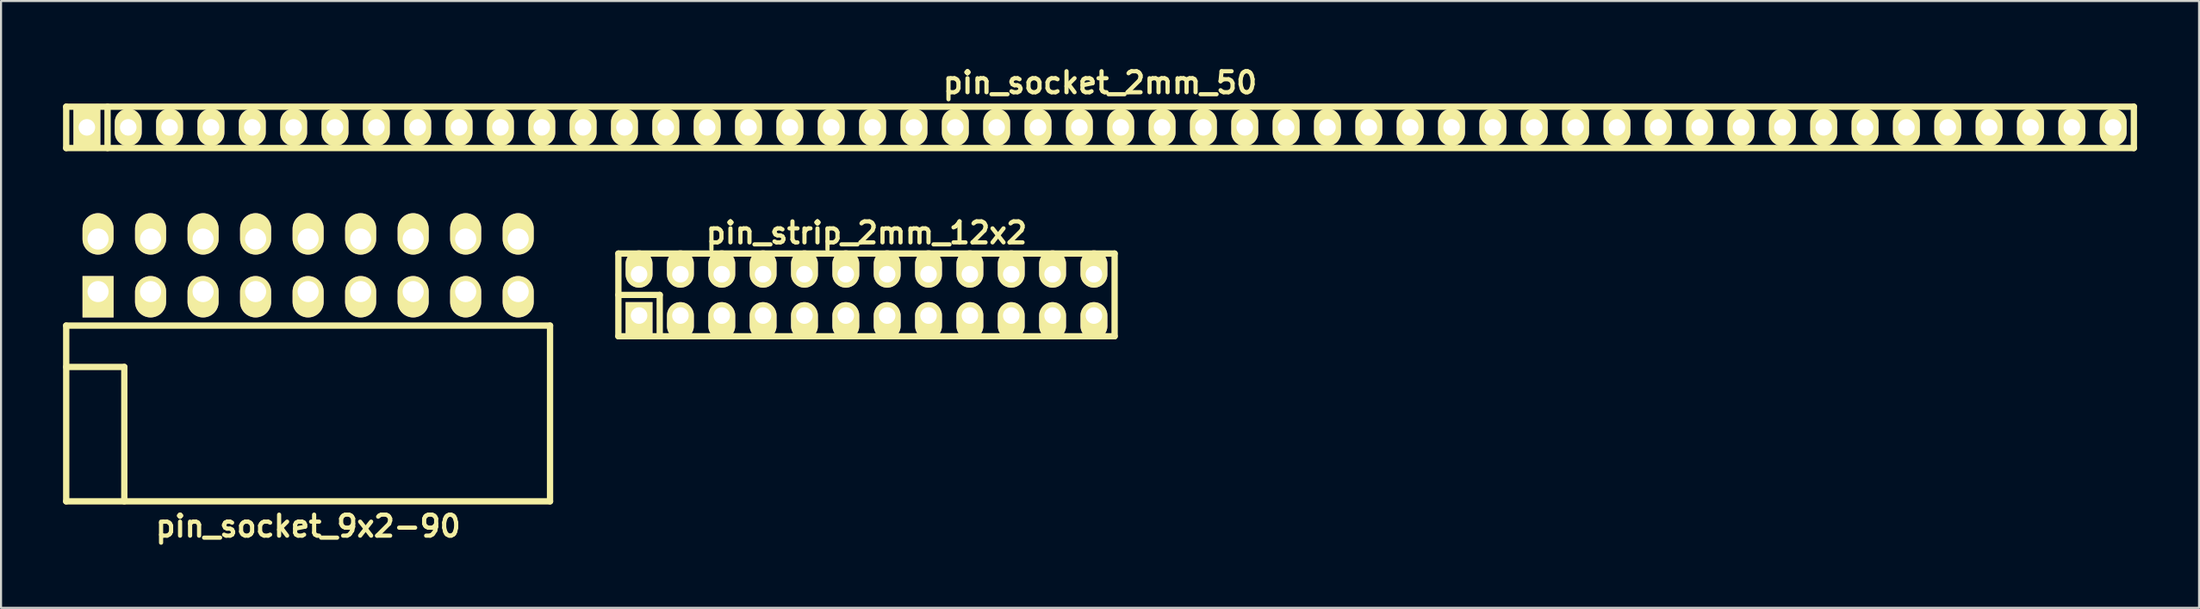
<source format=kicad_pcb>
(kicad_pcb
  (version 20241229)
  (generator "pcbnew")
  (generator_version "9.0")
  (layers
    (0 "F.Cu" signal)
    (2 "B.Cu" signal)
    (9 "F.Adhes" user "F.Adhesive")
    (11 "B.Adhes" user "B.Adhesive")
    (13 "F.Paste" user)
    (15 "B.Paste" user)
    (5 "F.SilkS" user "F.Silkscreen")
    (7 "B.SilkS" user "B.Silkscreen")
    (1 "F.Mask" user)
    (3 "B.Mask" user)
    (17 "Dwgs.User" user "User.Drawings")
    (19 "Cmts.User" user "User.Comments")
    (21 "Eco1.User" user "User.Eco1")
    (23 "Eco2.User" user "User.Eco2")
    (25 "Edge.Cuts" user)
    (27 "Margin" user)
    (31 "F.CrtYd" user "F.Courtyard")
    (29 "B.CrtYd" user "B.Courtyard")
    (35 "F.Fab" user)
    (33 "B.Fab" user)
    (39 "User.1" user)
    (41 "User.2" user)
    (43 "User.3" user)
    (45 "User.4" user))
  (footprint "pin_socket_9x2-90"
    (layer "F.Cu")
    (at 11.852 14.697)
    (property "Reference" "pin_socket_9x2-90" (at 0 7.7 0) (layer "F.SilkS") (effects (font (size 1.016 1.016) (thickness 0.203))))
    (attr through_hole)
    (fp_line (start -11.7 -2) (end -11.7 6.5) (stroke (width 0.305) (type solid)) (layer "F.SilkS"))
    (fp_line (start -11.7 -2) (end 11.7 -2) (stroke (width 0.305) (type solid)) (layer "F.SilkS"))
    (fp_line (start -11.7 0) (end -8.89 0) (stroke (width 0.305) (type solid)) (layer "F.SilkS"))
    (fp_line (start -11.7 6.5) (end 11.7 6.5) (stroke (width 0.305) (type solid)) (layer "F.SilkS"))
    (fp_line (start -8.89 0) (end -8.89 6.5) (stroke (width 0.305) (type solid)) (layer "F.SilkS"))
    (fp_line (start 11.7 -2) (end 11.7 6.5) (stroke (width 0.305) (type solid)) (layer "F.SilkS"))
    (pad "1" thru_hole rect (at -10.16 -3.645) (size 1.5 2) (drill 1.02 (offset 0 0.25)) (layers "*.Cu" "*.Mask" "F.SilkS"))
    (pad "2" thru_hole oval (at -10.16 -6.185) (size 1.5 2) (drill 1.02 (offset 0 -0.25)) (layers "*.Cu" "*.Mask" "F.SilkS"))
    (pad "3" thru_hole oval (at -7.62 -3.645) (size 1.5 2) (drill 1.02 (offset 0 0.25)) (layers "*.Cu" "*.Mask" "F.SilkS"))
    (pad "4" thru_hole oval (at -7.62 -6.185) (size 1.5 2) (drill 1.02 (offset 0 -0.25)) (layers "*.Cu" "*.Mask" "F.SilkS"))
    (pad "5" thru_hole oval (at -5.08 -3.645) (size 1.5 2) (drill 1.02 (offset 0 0.25)) (layers "*.Cu" "*.Mask" "F.SilkS"))
    (pad "6" thru_hole oval (at -5.08 -6.185) (size 1.5 2) (drill 1.02 (offset 0 -0.25)) (layers "*.Cu" "*.Mask" "F.SilkS"))
    (pad "7" thru_hole oval (at -2.54 -3.645) (size 1.5 2) (drill 1.02 (offset 0 0.25)) (layers "*.Cu" "*.Mask" "F.SilkS"))
    (pad "8" thru_hole oval (at -2.54 -6.185) (size 1.5 2) (drill 1.02 (offset 0 -0.25)) (layers "*.Cu" "*.Mask" "F.SilkS"))
    (pad "9" thru_hole oval (at 0 -3.645) (size 1.5 2) (drill 1.02 (offset 0 0.25)) (layers "*.Cu" "*.Mask" "F.SilkS"))
    (pad "10" thru_hole oval (at 0 -6.185) (size 1.5 2) (drill 1.02 (offset 0 -0.25)) (layers "*.Cu" "*.Mask" "F.SilkS"))
    (pad "11" thru_hole oval (at 2.54 -3.645) (size 1.5 2) (drill 1.02 (offset 0 0.25)) (layers "*.Cu" "*.Mask" "F.SilkS"))
    (pad "12" thru_hole oval (at 2.54 -6.185) (size 1.5 2) (drill 1.02 (offset 0 -0.25)) (layers "*.Cu" "*.Mask" "F.SilkS"))
    (pad "13" thru_hole oval (at 5.08 -3.645) (size 1.5 2) (drill 1.02 (offset 0 0.25)) (layers "*.Cu" "*.Mask" "F.SilkS"))
    (pad "14" thru_hole oval (at 5.08 -6.185) (size 1.5 2) (drill 1.02 (offset 0 -0.25)) (layers "*.Cu" "*.Mask" "F.SilkS"))
    (pad "15" thru_hole oval (at 7.62 -3.645) (size 1.5 2) (drill 1.02 (offset 0 0.25)) (layers "*.Cu" "*.Mask" "F.SilkS"))
    (pad "16" thru_hole oval (at 7.62 -6.185) (size 1.5 2) (drill 1.02 (offset 0 -0.25)) (layers "*.Cu" "*.Mask" "F.SilkS"))
    (pad "17" thru_hole oval (at 10.16 -3.645) (size 1.5 2) (drill 1.02 (offset 0 0.25)) (layers "*.Cu" "*.Mask" "F.SilkS"))
    (pad "18" thru_hole oval (at 10.16 -6.185) (size 1.5 2) (drill 1.02 (offset 0 -0.25)) (layers "*.Cu" "*.Mask" "F.SilkS")))
  (footprint "pin_strip_2mm_12x2"
    (layer "F.Cu")
    (at 38.857 11.213)
    (property "Reference" "pin_strip_2mm_12x2" (at 0 -3 0) (layer "F.SilkS") (effects (font (size 1.016 1.016) (thickness 0.203))))
    (attr through_hole)
    (fp_line (start -12 -2) (end 12 -2) (stroke (width 0.305) (type solid)) (layer "F.SilkS"))
    (fp_line (start -12 0) (end -10 0) (stroke (width 0.305) (type solid)) (layer "F.SilkS"))
    (fp_line (start -12 2) (end -12 -2) (stroke (width 0.305) (type solid)) (layer "F.SilkS"))
    (fp_line (start -10 0) (end -10 2) (stroke (width 0.305) (type solid)) (layer "F.SilkS"))
    (fp_line (start 12 -2) (end 12 2) (stroke (width 0.305) (type solid)) (layer "F.SilkS"))
    (fp_line (start 12 2) (end -12 2) (stroke (width 0.305) (type solid)) (layer "F.SilkS"))
    (pad "1" thru_hole rect (at -11 1) (size 1.3 1.8) (drill 0.8 (offset 0 0.25)) (layers "*.Cu" "*.Mask" "F.SilkS"))
    (pad "2" thru_hole oval (at -11 -1) (size 1.3 1.8) (drill 0.8 (offset 0 -0.25)) (layers "*.Cu" "*.Mask" "F.SilkS"))
    (pad "3" thru_hole oval (at -9 1) (size 1.3 1.8) (drill 0.8 (offset 0 0.25)) (layers "*.Cu" "*.Mask" "F.SilkS"))
    (pad "4" thru_hole oval (at -9 -1) (size 1.3 1.8) (drill 0.8 (offset 0 -0.25)) (layers "*.Cu" "*.Mask" "F.SilkS"))
    (pad "5" thru_hole oval (at -7 1) (size 1.3 1.8) (drill 0.8 (offset 0 0.25)) (layers "*.Cu" "*.Mask" "F.SilkS"))
    (pad "6" thru_hole oval (at -7 -1) (size 1.3 1.8) (drill 0.8 (offset 0 -0.25)) (layers "*.Cu" "*.Mask" "F.SilkS"))
    (pad "7" thru_hole oval (at -5 1) (size 1.3 1.8) (drill 0.8 (offset 0 0.25)) (layers "*.Cu" "*.Mask" "F.SilkS"))
    (pad "8" thru_hole oval (at -5 -1) (size 1.3 1.8) (drill 0.8 (offset 0 -0.25)) (layers "*.Cu" "*.Mask" "F.SilkS"))
    (pad "9" thru_hole oval (at -3 1) (size 1.3 1.8) (drill 0.8 (offset 0 0.25)) (layers "*.Cu" "*.Mask" "F.SilkS"))
    (pad "10" thru_hole oval (at -3 -1) (size 1.3 1.8) (drill 0.8 (offset 0 -0.25)) (layers "*.Cu" "*.Mask" "F.SilkS"))
    (pad "11" thru_hole oval (at -1 1) (size 1.3 1.8) (drill 0.8 (offset 0 0.25)) (layers "*.Cu" "*.Mask" "F.SilkS"))
    (pad "12" thru_hole oval (at -1 -1) (size 1.3 1.8) (drill 0.8 (offset 0 -0.25)) (layers "*.Cu" "*.Mask" "F.SilkS"))
    (pad "13" thru_hole oval (at 1 1) (size 1.3 1.8) (drill 0.8 (offset 0 0.25)) (layers "*.Cu" "*.Mask" "F.SilkS"))
    (pad "14" thru_hole oval (at 1 -1) (size 1.3 1.8) (drill 0.8 (offset 0 -0.25)) (layers "*.Cu" "*.Mask" "F.SilkS"))
    (pad "15" thru_hole oval (at 3 1) (size 1.3 1.8) (drill 0.8 (offset 0 0.25)) (layers "*.Cu" "*.Mask" "F.SilkS"))
    (pad "16" thru_hole oval (at 3 -1) (size 1.3 1.8) (drill 0.8 (offset 0 -0.25)) (layers "*.Cu" "*.Mask" "F.SilkS"))
    (pad "17" thru_hole oval (at 5 1) (size 1.3 1.8) (drill 0.8 (offset 0 0.25)) (layers "*.Cu" "*.Mask" "F.SilkS"))
    (pad "18" thru_hole oval (at 5 -1) (size 1.3 1.8) (drill 0.8 (offset 0 -0.25)) (layers "*.Cu" "*.Mask" "F.SilkS"))
    (pad "19" thru_hole oval (at 7 1) (size 1.3 1.8) (drill 0.8 (offset 0 0.25)) (layers "*.Cu" "*.Mask" "F.SilkS"))
    (pad "20" thru_hole oval (at 7 -1) (size 1.3 1.8) (drill 0.8 (offset 0 -0.25)) (layers "*.Cu" "*.Mask" "F.SilkS"))
    (pad "21" thru_hole oval (at 9 1) (size 1.3 1.8) (drill 0.8 (offset 0 0.25)) (layers "*.Cu" "*.Mask" "F.SilkS"))
    (pad "22" thru_hole oval (at 9 -1) (size 1.3 1.8) (drill 0.8 (offset 0 -0.25)) (layers "*.Cu" "*.Mask" "F.SilkS"))
    (pad "23" thru_hole oval (at 11 1) (size 1.3 1.8) (drill 0.8 (offset 0 0.25)) (layers "*.Cu" "*.Mask" "F.SilkS"))
    (pad "24" thru_hole oval (at 11 -1) (size 1.3 1.8) (drill 0.8 (offset 0 -0.25)) (layers "*.Cu" "*.Mask" "F.SilkS")))
  (footprint "pin_socket_2mm_50"
    (layer "F.Cu")
    (at 50.152 3.11)
    (property "Reference" "pin_socket_2mm_50" (at 0 -2.159 0) (layer "F.SilkS") (effects (font (size 1.016 1.016) (thickness 0.203))))
    (attr through_hole)
    (fp_line (start -50 -1) (end 50 -1) (stroke (width 0.305) (type solid)) (layer "F.SilkS"))
    (fp_line (start -50 1) (end -50 -1) (stroke (width 0.305) (type solid)) (layer "F.SilkS"))
    (fp_line (start -48 -1) (end -48 1) (stroke (width 0.305) (type solid)) (layer "F.SilkS"))
    (fp_line (start 50 -1) (end 50 1) (stroke (width 0.305) (type solid)) (layer "F.SilkS"))
    (fp_line (start 50 1) (end -50 1) (stroke (width 0.305) (type solid)) (layer "F.SilkS"))
    (pad "1" thru_hole rect (at -49 0) (size 1.3 1.8) (drill 0.8) (layers "*.Cu" "*.Mask" "F.SilkS"))
    (pad "2" thru_hole oval (at -47 0) (size 1.3 1.8) (drill 0.8) (layers "*.Cu" "*.Mask" "F.SilkS"))
    (pad "3" thru_hole oval (at -45 0) (size 1.3 1.8) (drill 0.8) (layers "*.Cu" "*.Mask" "F.SilkS"))
    (pad "4" thru_hole oval (at -43 0) (size 1.3 1.8) (drill 0.8) (layers "*.Cu" "*.Mask" "F.SilkS"))
    (pad "5" thru_hole oval (at -41 0) (size 1.3 1.8) (drill 0.8) (layers "*.Cu" "*.Mask" "F.SilkS"))
    (pad "6" thru_hole oval (at -39 0) (size 1.3 1.8) (drill 0.8) (layers "*.Cu" "*.Mask" "F.SilkS"))
    (pad "7" thru_hole oval (at -37 0) (size 1.3 1.8) (drill 0.8) (layers "*.Cu" "*.Mask" "F.SilkS"))
    (pad "8" thru_hole oval (at -35 0) (size 1.3 1.8) (drill 0.8) (layers "*.Cu" "*.Mask" "F.SilkS"))
    (pad "9" thru_hole oval (at -33 0) (size 1.3 1.8) (drill 0.8) (layers "*.Cu" "*.Mask" "F.SilkS"))
    (pad "10" thru_hole oval (at -31 0) (size 1.3 1.8) (drill 0.8) (layers "*.Cu" "*.Mask" "F.SilkS"))
    (pad "11" thru_hole oval (at -29 0) (size 1.3 1.8) (drill 0.8) (layers "*.Cu" "*.Mask" "F.SilkS"))
    (pad "12" thru_hole oval (at -27 0) (size 1.3 1.8) (drill 0.8) (layers "*.Cu" "*.Mask" "F.SilkS"))
    (pad "13" thru_hole oval (at -25 0) (size 1.3 1.8) (drill 0.8) (layers "*.Cu" "*.Mask" "F.SilkS"))
    (pad "14" thru_hole oval (at -23 0) (size 1.3 1.8) (drill 0.8) (layers "*.Cu" "*.Mask" "F.SilkS"))
    (pad "15" thru_hole oval (at -21 0) (size 1.3 1.8) (drill 0.8) (layers "*.Cu" "*.Mask" "F.SilkS"))
    (pad "16" thru_hole oval (at -19 0) (size 1.3 1.8) (drill 0.8) (layers "*.Cu" "*.Mask" "F.SilkS"))
    (pad "17" thru_hole oval (at -17 0) (size 1.3 1.8) (drill 0.8) (layers "*.Cu" "*.Mask" "F.SilkS"))
    (pad "18" thru_hole oval (at -15 0) (size 1.3 1.8) (drill 0.8) (layers "*.Cu" "*.Mask" "F.SilkS"))
    (pad "19" thru_hole oval (at -13 0) (size 1.3 1.8) (drill 0.8) (layers "*.Cu" "*.Mask" "F.SilkS"))
    (pad "20" thru_hole oval (at -11 0) (size 1.3 1.8) (drill 0.8) (layers "*.Cu" "*.Mask" "F.SilkS"))
    (pad "21" thru_hole oval (at -9 0) (size 1.3 1.8) (drill 0.8) (layers "*.Cu" "*.Mask" "F.SilkS"))
    (pad "22" thru_hole oval (at -7 0) (size 1.3 1.8) (drill 0.8) (layers "*.Cu" "*.Mask" "F.SilkS"))
    (pad "23" thru_hole oval (at -5 0) (size 1.3 1.8) (drill 0.8) (layers "*.Cu" "*.Mask" "F.SilkS"))
    (pad "24" thru_hole oval (at -3 0) (size 1.3 1.8) (drill 0.8) (layers "*.Cu" "*.Mask" "F.SilkS"))
    (pad "25" thru_hole oval (at -1 0) (size 1.3 1.8) (drill 0.8) (layers "*.Cu" "*.Mask" "F.SilkS"))
    (pad "26" thru_hole oval (at 1 0) (size 1.3 1.8) (drill 0.8) (layers "*.Cu" "*.Mask" "F.SilkS"))
    (pad "27" thru_hole oval (at 3 0) (size 1.3 1.8) (drill 0.8) (layers "*.Cu" "*.Mask" "F.SilkS"))
    (pad "28" thru_hole oval (at 5 0) (size 1.3 1.8) (drill 0.8) (layers "*.Cu" "*.Mask" "F.SilkS"))
    (pad "29" thru_hole oval (at 7 0) (size 1.3 1.8) (drill 0.8) (layers "*.Cu" "*.Mask" "F.SilkS"))
    (pad "30" thru_hole oval (at 9 0) (size 1.3 1.8) (drill 0.8) (layers "*.Cu" "*.Mask" "F.SilkS"))
    (pad "31" thru_hole oval (at 11 0) (size 1.3 1.8) (drill 0.8) (layers "*.Cu" "*.Mask" "F.SilkS"))
    (pad "32" thru_hole oval (at 13 0) (size 1.3 1.8) (drill 0.8) (layers "*.Cu" "*.Mask" "F.SilkS"))
    (pad "33" thru_hole oval (at 15 0) (size 1.3 1.8) (drill 0.8) (layers "*.Cu" "*.Mask" "F.SilkS"))
    (pad "34" thru_hole oval (at 17 0) (size 1.3 1.8) (drill 0.8) (layers "*.Cu" "*.Mask" "F.SilkS"))
    (pad "35" thru_hole oval (at 19 0) (size 1.3 1.8) (drill 0.8) (layers "*.Cu" "*.Mask" "F.SilkS"))
    (pad "36" thru_hole oval (at 21 0) (size 1.3 1.8) (drill 0.8) (layers "*.Cu" "*.Mask" "F.SilkS"))
    (pad "37" thru_hole oval (at 23 0) (size 1.3 1.8) (drill 0.8) (layers "*.Cu" "*.Mask" "F.SilkS"))
    (pad "38" thru_hole oval (at 25 0) (size 1.3 1.8) (drill 0.8) (layers "*.Cu" "*.Mask" "F.SilkS"))
    (pad "39" thru_hole oval (at 27 0) (size 1.3 1.8) (drill 0.8) (layers "*.Cu" "*.Mask" "F.SilkS"))
    (pad "40" thru_hole oval (at 29 0) (size 1.3 1.8) (drill 0.8) (layers "*.Cu" "*.Mask" "F.SilkS"))
    (pad "41" thru_hole oval (at 31 0) (size 1.3 1.8) (drill 0.8) (layers "*.Cu" "*.Mask" "F.SilkS"))
    (pad "42" thru_hole oval (at 33 0) (size 1.3 1.8) (drill 0.8) (layers "*.Cu" "*.Mask" "F.SilkS"))
    (pad "43" thru_hole oval (at 35 0) (size 1.3 1.8) (drill 0.8) (layers "*.Cu" "*.Mask" "F.SilkS"))
    (pad "44" thru_hole oval (at 37 0) (size 1.3 1.8) (drill 0.8) (layers "*.Cu" "*.Mask" "F.SilkS"))
    (pad "45" thru_hole oval (at 39 0) (size 1.3 1.8) (drill 0.8) (layers "*.Cu" "*.Mask" "F.SilkS"))
    (pad "46" thru_hole oval (at 41 0) (size 1.3 1.8) (drill 0.8) (layers "*.Cu" "*.Mask" "F.SilkS"))
    (pad "47" thru_hole oval (at 43 0) (size 1.3 1.8) (drill 0.8) (layers "*.Cu" "*.Mask" "F.SilkS"))
    (pad "48" thru_hole oval (at 45 0) (size 1.3 1.8) (drill 0.8) (layers "*.Cu" "*.Mask" "F.SilkS"))
    (pad "49" thru_hole oval (at 47 0) (size 1.3 1.8) (drill 0.8) (layers "*.Cu" "*.Mask" "F.SilkS"))
    (pad "50" thru_hole oval (at 49 0) (size 1.3 1.8) (drill 0.8) (layers "*.Cu" "*.Mask" "F.SilkS")))
  (gr_rect
    (start -3 -3)
    (end 103.305 26.348)
    (stroke (width 0.1) (type default))
    (fill no)
    (layer "Edge.Cuts")))
</source>
